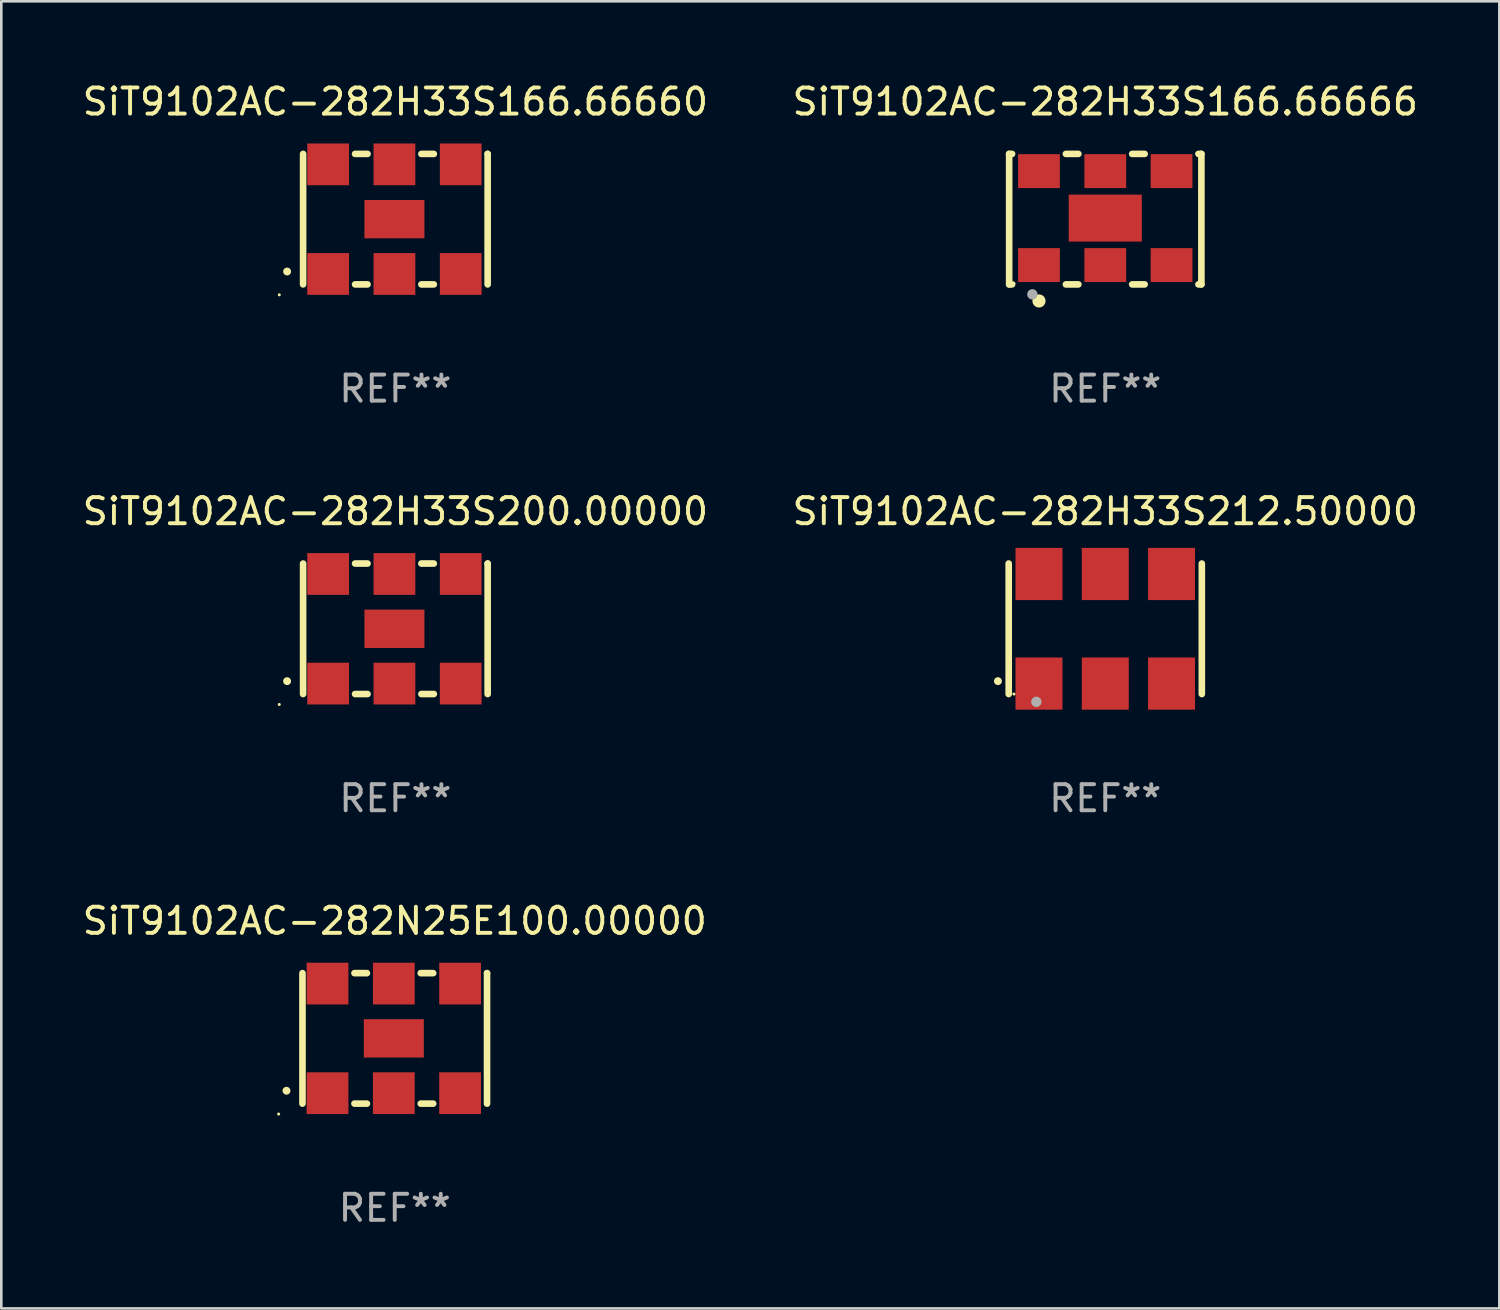
<source format=kicad_pcb>
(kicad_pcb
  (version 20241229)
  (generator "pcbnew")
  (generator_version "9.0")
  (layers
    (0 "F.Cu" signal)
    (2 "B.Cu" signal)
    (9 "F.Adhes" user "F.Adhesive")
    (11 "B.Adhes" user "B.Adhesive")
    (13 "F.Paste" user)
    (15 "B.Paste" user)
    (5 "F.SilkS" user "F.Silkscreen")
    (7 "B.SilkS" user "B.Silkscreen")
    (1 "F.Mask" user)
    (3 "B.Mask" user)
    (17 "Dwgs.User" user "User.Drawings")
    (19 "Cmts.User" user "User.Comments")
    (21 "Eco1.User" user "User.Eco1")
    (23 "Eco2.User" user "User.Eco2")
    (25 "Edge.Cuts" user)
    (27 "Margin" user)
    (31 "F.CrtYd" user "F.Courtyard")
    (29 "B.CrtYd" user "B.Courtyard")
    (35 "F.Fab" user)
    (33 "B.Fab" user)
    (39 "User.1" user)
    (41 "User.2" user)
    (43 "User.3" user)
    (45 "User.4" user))
  (footprint "SiT9102AC-282H33S212.50000"
    (layer "F.Cu")
    (at 39.304 21.045)
    (property "Reference" "SiT9102AC-282H33S212.50000" (at 0 -4.5 0) (layer "F.SilkS") (effects (font (size 1 1) (thickness 0.15))))
    (attr through_hole)
    (fp_line (start -3.7 -2.5) (end -3.7 2.5) (stroke (width 0.254) (type solid)) (layer "F.SilkS"))
    (fp_line (start 3.7 -2.5) (end 3.7 2.5) (stroke (width 0.254) (type solid)) (layer "F.SilkS"))
    (fp_arc (start -4.114415 2.006604) (mid -4.113145 2.006599) (end -4.111875 2.006604) (stroke (width 0.3) (type solid)) (layer "F.SilkS"))
    (fp_circle (center -3.5 2.501) (end -3.47 2.501) (stroke (width 0.06) (type solid)) (fill no) (layer "F.SilkS"))
    (fp_circle (center -2.641 2.799) (end -2.541 2.799) (stroke (width 0.2) (type solid)) (fill no) (layer "F.Fab"))
    (fp_text user "REF**" (at 0 6.5 0) (layer "F.Fab") (effects (font (size 1 1) (thickness 0.15))))
    (pad "1" smd rect (at -2.54 2.1) (size 1.8 2) (layers "F.Cu" "F.Mask" "F.Paste"))
    (pad "2" smd rect (at 0.000394 2.1) (size 1.8 2) (layers "F.Cu" "F.Mask" "F.Paste"))
    (pad "3" smd rect (at 2.54 2.1) (size 1.8 2) (layers "F.Cu" "F.Mask" "F.Paste"))
    (pad "4" smd rect (at 2.54 -2.1) (size 1.8 2) (layers "F.Cu" "F.Mask" "F.Paste"))
    (pad "5" smd rect (at 0.000394 -2.1) (size 1.8 2) (layers "F.Cu" "F.Mask" "F.Paste"))
    (pad "6" smd rect (at -2.54 -2.1) (size 1.8 2) (layers "F.Cu" "F.Mask" "F.Paste")))
  (footprint "SiT9102AC-282H33S200.00000"
    (layer "F.Cu")
    (at 12.101 21.045)
    (property "Reference" "SiT9102AC-282H33S200.00000" (at 0 -4.5 0) (layer "F.SilkS") (effects (font (size 1 1) (thickness 0.15))))
    (attr through_hole)
    (fp_line (start -3.536 -2.5) (end -3.536 2.5) (stroke (width 0.254) (type solid)) (layer "F.SilkS"))
    (fp_line (start -1.544 2.5) (end -1.067 2.5) (stroke (width 0.254) (type solid)) (layer "F.SilkS"))
    (fp_line (start -1.067 -2.5) (end -1.544 -2.5) (stroke (width 0.254) (type solid)) (layer "F.SilkS"))
    (fp_line (start 0.996 2.5) (end 1.473 2.5) (stroke (width 0.254) (type solid)) (layer "F.SilkS"))
    (fp_line (start 1.473 -2.5) (end 0.996 -2.5) (stroke (width 0.254) (type solid)) (layer "F.SilkS"))
    (fp_line (start 3.536 -2.5) (end 3.536 -2.5) (stroke (width 0.254) (type solid)) (layer "F.SilkS"))
    (fp_line (start 3.536 2.5) (end 3.536 -2.5) (stroke (width 0.254) (type solid)) (layer "F.SilkS"))
    (fp_arc (start -4.150432 2.006604) (mid -4.149162 2.006599) (end -4.147892 2.006604) (stroke (width 0.3) (type solid)) (layer "F.SilkS"))
    (fp_circle (center -4.449 2.9) (end -4.419 2.9) (stroke (width 0.06) (type solid)) (fill no) (layer "F.SilkS"))
    (fp_text user "REF**" (at 0 6.5 0) (layer "F.Fab") (effects (font (size 1 1) (thickness 0.15))))
    (pad "1" smd rect (at -2.576 2.1) (size 1.6 1.6) (layers "F.Cu" "F.Mask" "F.Paste"))
    (pad "2" smd rect (at -0.036 2.1) (size 1.6 1.6) (layers "F.Cu" "F.Mask" "F.Paste"))
    (pad "3" smd rect (at 2.504 2.1) (size 1.6 1.6) (layers "F.Cu" "F.Mask" "F.Paste"))
    (pad "4" smd rect (at 2.504 -2.1) (size 1.6 1.6) (layers "F.Cu" "F.Mask" "F.Paste"))
    (pad "5" smd rect (at -0.036 -2.1) (size 1.6 1.6) (layers "F.Cu" "F.Mask" "F.Paste"))
    (pad "6" smd rect (at -2.576 -2.1) (size 1.6 1.6) (layers "F.Cu" "F.Mask" "F.Paste"))
    (pad "7" smd rect (at -0.036 0) (size 2.3 1.47) (layers "F.Cu" "F.Mask" "F.Paste")))
  (footprint "SiT9102AC-282N25E100.00000"
    (layer "F.Cu")
    (at 12.077 36.741)
    (property "Reference" "SiT9102AC-282N25E100.00000" (at 0 -4.5 0) (layer "F.SilkS") (effects (font (size 1 1) (thickness 0.15))))
    (attr through_hole)
    (fp_line (start -3.536 -2.5) (end -3.536 2.5) (stroke (width 0.254) (type solid)) (layer "F.SilkS"))
    (fp_line (start -1.544 2.5) (end -1.067 2.5) (stroke (width 0.254) (type solid)) (layer "F.SilkS"))
    (fp_line (start -1.067 -2.5) (end -1.544 -2.5) (stroke (width 0.254) (type solid)) (layer "F.SilkS"))
    (fp_line (start 0.996 2.5) (end 1.473 2.5) (stroke (width 0.254) (type solid)) (layer "F.SilkS"))
    (fp_line (start 1.473 -2.5) (end 0.996 -2.5) (stroke (width 0.254) (type solid)) (layer "F.SilkS"))
    (fp_line (start 3.536 -2.5) (end 3.536 -2.5) (stroke (width 0.254) (type solid)) (layer "F.SilkS"))
    (fp_line (start 3.536 2.5) (end 3.536 -2.5) (stroke (width 0.254) (type solid)) (layer "F.SilkS"))
    (fp_arc (start -4.150432 2.006604) (mid -4.149162 2.006599) (end -4.147892 2.006604) (stroke (width 0.3) (type solid)) (layer "F.SilkS"))
    (fp_circle (center -4.449 2.9) (end -4.419 2.9) (stroke (width 0.06) (type solid)) (fill no) (layer "F.SilkS"))
    (fp_text user "REF**" (at 0 6.5 0) (layer "F.Fab") (effects (font (size 1 1) (thickness 0.15))))
    (pad "1" smd rect (at -2.576 2.1) (size 1.6 1.6) (layers "F.Cu" "F.Mask" "F.Paste"))
    (pad "2" smd rect (at -0.036 2.1) (size 1.6 1.6) (layers "F.Cu" "F.Mask" "F.Paste"))
    (pad "3" smd rect (at 2.504 2.1) (size 1.6 1.6) (layers "F.Cu" "F.Mask" "F.Paste"))
    (pad "4" smd rect (at 2.504 -2.1) (size 1.6 1.6) (layers "F.Cu" "F.Mask" "F.Paste"))
    (pad "5" smd rect (at -0.036 -2.1) (size 1.6 1.6) (layers "F.Cu" "F.Mask" "F.Paste"))
    (pad "6" smd rect (at -2.576 -2.1) (size 1.6 1.6) (layers "F.Cu" "F.Mask" "F.Paste"))
    (pad "7" smd rect (at -0.036 0) (size 2.3 1.47) (layers "F.Cu" "F.Mask" "F.Paste")))
  (footprint "SiT9102AC-282H33S166.66666"
    (layer "F.Cu")
    (at 39.304 5.348)
    (property "Reference" "SiT9102AC-282H33S166.66666" (at 0 -4.5 0) (layer "F.SilkS") (effects (font (size 1 1) (thickness 0.15))))
    (attr through_hole)
    (fp_line (start -3.683 -2.5) (end -3.571 -2.5) (stroke (width 0.254) (type solid)) (layer "F.SilkS"))
    (fp_line (start -3.683 2.5) (end -3.683 -2.5) (stroke (width 0.254) (type solid)) (layer "F.SilkS"))
    (fp_line (start -3.683 2.5) (end -3.571 2.5) (stroke (width 0.254) (type solid)) (layer "F.SilkS"))
    (fp_line (start -1.509 -2.5) (end -1.031 -2.5) (stroke (width 0.254) (type solid)) (layer "F.SilkS"))
    (fp_line (start -1.509 2.5) (end -1.031 2.5) (stroke (width 0.254) (type solid)) (layer "F.SilkS"))
    (fp_line (start 1.031 -2.5) (end 1.509 -2.5) (stroke (width 0.254) (type solid)) (layer "F.SilkS"))
    (fp_line (start 1.031 2.5) (end 1.509 2.5) (stroke (width 0.254) (type solid)) (layer "F.SilkS"))
    (fp_line (start 3.571 -2.5) (end 3.683 -2.5) (stroke (width 0.254) (type solid)) (layer "F.SilkS"))
    (fp_line (start 3.571 2.5) (end 3.683 2.5) (stroke (width 0.254) (type solid)) (layer "F.SilkS"))
    (fp_line (start 3.683 2.5) (end 3.683 -2.5) (stroke (width 0.254) (type solid)) (layer "F.SilkS"))
    (fp_circle (center -3.5 2.46) (end -3.47 2.46) (stroke (width 0.06) (type solid)) (fill no) (layer "F.SilkS"))
    (fp_circle (center -2.54 3.135) (end -2.413 3.135) (stroke (width 0.254) (type solid)) (fill no) (layer "F.SilkS"))
    (fp_circle (center -2.794 2.881) (end -2.694 2.881) (stroke (width 0.2) (type solid)) (fill no) (layer "F.Fab"))
    (fp_text user "REF**" (at 0 6.5 0) (layer "F.Fab") (effects (font (size 1 1) (thickness 0.15))))
    (pad "1" smd rect (at -2.54 1.76) (size 1.6 1.3) (layers "F.Cu" "F.Mask" "F.Paste"))
    (pad "2" smd rect (at 0 1.76) (size 1.6 1.3) (layers "F.Cu" "F.Mask" "F.Paste"))
    (pad "3" smd rect (at 2.54 1.76) (size 1.6 1.3) (layers "F.Cu" "F.Mask" "F.Paste"))
    (pad "4" smd rect (at 2.54 -1.84) (size 1.6 1.3) (layers "F.Cu" "F.Mask" "F.Paste"))
    (pad "5" smd rect (at 0 -1.84) (size 1.6 1.3) (layers "F.Cu" "F.Mask" "F.Paste"))
    (pad "6" smd rect (at -2.54 -1.84) (size 1.6 1.3) (layers "F.Cu" "F.Mask" "F.Paste"))
    (pad "7" smd rect (at 0 -0.04) (size 2.8 1.8) (layers "F.Cu" "F.Mask" "F.Paste")))
  (footprint "SiT9102AC-282H33S166.66660"
    (layer "F.Cu")
    (at 12.101 5.348)
    (property "Reference" "SiT9102AC-282H33S166.66660" (at 0 -4.5 0) (layer "F.SilkS") (effects (font (size 1 1) (thickness 0.15))))
    (attr through_hole)
    (fp_line (start -3.536 -2.5) (end -3.536 2.5) (stroke (width 0.254) (type solid)) (layer "F.SilkS"))
    (fp_line (start -1.544 2.5) (end -1.067 2.5) (stroke (width 0.254) (type solid)) (layer "F.SilkS"))
    (fp_line (start -1.067 -2.5) (end -1.544 -2.5) (stroke (width 0.254) (type solid)) (layer "F.SilkS"))
    (fp_line (start 0.996 2.5) (end 1.473 2.5) (stroke (width 0.254) (type solid)) (layer "F.SilkS"))
    (fp_line (start 1.473 -2.5) (end 0.996 -2.5) (stroke (width 0.254) (type solid)) (layer "F.SilkS"))
    (fp_line (start 3.536 -2.5) (end 3.536 -2.5) (stroke (width 0.254) (type solid)) (layer "F.SilkS"))
    (fp_line (start 3.536 2.5) (end 3.536 -2.5) (stroke (width 0.254) (type solid)) (layer "F.SilkS"))
    (fp_arc (start -4.150432 2.006604) (mid -4.149162 2.006599) (end -4.147892 2.006604) (stroke (width 0.3) (type solid)) (layer "F.SilkS"))
    (fp_circle (center -4.449 2.9) (end -4.419 2.9) (stroke (width 0.06) (type solid)) (fill no) (layer "F.SilkS"))
    (fp_text user "REF**" (at 0 6.5 0) (layer "F.Fab") (effects (font (size 1 1) (thickness 0.15))))
    (pad "1" smd rect (at -2.576 2.1) (size 1.6 1.6) (layers "F.Cu" "F.Mask" "F.Paste"))
    (pad "2" smd rect (at -0.036 2.1) (size 1.6 1.6) (layers "F.Cu" "F.Mask" "F.Paste"))
    (pad "3" smd rect (at 2.504 2.1) (size 1.6 1.6) (layers "F.Cu" "F.Mask" "F.Paste"))
    (pad "4" smd rect (at 2.504 -2.1) (size 1.6 1.6) (layers "F.Cu" "F.Mask" "F.Paste"))
    (pad "5" smd rect (at -0.036 -2.1) (size 1.6 1.6) (layers "F.Cu" "F.Mask" "F.Paste"))
    (pad "6" smd rect (at -2.576 -2.1) (size 1.6 1.6) (layers "F.Cu" "F.Mask" "F.Paste"))
    (pad "7" smd rect (at -0.036 0) (size 2.3 1.47) (layers "F.Cu" "F.Mask" "F.Paste")))
  (gr_rect
    (start -3 -3)
    (end 54.405 47.09)
    (stroke (width 0.1) (type default))
    (fill no)
    (layer "Edge.Cuts")))
</source>
